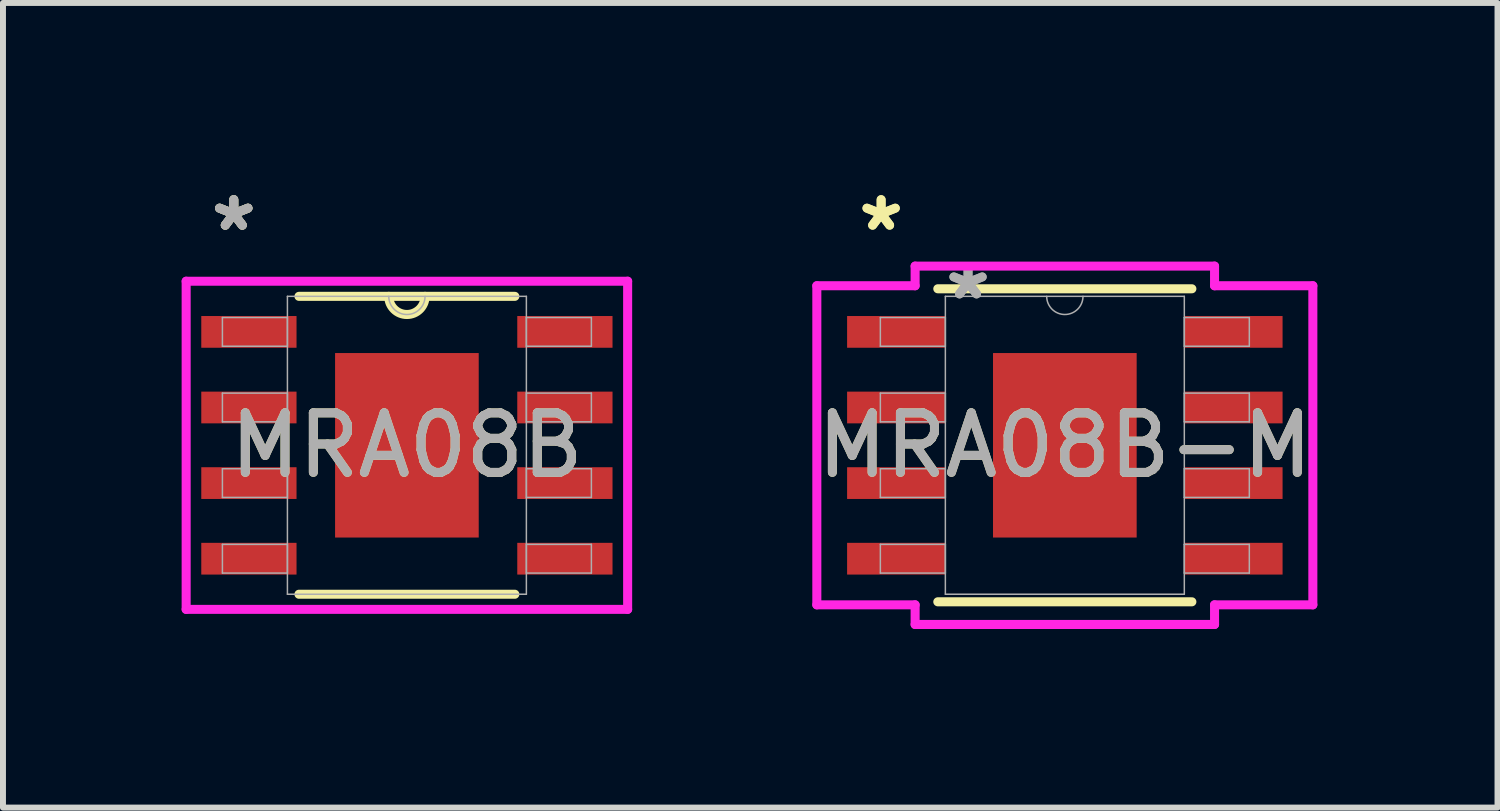
<source format=kicad_pcb>
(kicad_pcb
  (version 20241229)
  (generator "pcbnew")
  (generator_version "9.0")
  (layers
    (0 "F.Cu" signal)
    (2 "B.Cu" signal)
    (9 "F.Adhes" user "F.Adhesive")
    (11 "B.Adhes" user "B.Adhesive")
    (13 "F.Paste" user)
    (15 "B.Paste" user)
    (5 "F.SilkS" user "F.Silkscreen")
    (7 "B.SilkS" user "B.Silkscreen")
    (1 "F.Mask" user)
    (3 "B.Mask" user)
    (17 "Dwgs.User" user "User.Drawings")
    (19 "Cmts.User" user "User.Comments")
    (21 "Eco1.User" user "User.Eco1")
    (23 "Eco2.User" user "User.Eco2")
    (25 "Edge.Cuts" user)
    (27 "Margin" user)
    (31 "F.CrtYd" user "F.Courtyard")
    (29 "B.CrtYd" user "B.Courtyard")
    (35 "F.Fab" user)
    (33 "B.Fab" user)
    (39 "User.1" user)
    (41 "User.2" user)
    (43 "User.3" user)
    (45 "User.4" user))
  (footprint "MRA08B-M"
    (layer "F.Cu")
    (at 14.837 4.43)
    (property "Reference" "MRA08B-M" (at 0 0 0) (unlocked yes) (layer "F.SilkS") (effects (font (size 1 1) (thickness 0.15))))
    (attr smd)
    (fp_line (start -2.134 2.629) (end 2.134 2.629) (stroke (width 0.152) (type solid)) (layer "F.SilkS"))
    (fp_line (start 2.134 -2.629) (end -2.134 -2.629) (stroke (width 0.152) (type solid)) (layer "F.SilkS"))
    (fp_poly (pts (xy -1.107 -1.449) (xy -1.107 -0.1) (xy 1.107 -0.1) (xy 1.107 -1.449)) (stroke (width 0) (type solid)) (fill yes) (layer "F.Paste"))
    (fp_poly (pts (xy -1.107 0.1) (xy -1.107 1.449) (xy 1.107 1.449) (xy 1.107 0.1)) (stroke (width 0) (type solid)) (fill yes) (layer "F.Paste"))
    (fp_line (start -4.166 -2.68) (end -2.515 -2.68) (stroke (width 0.152) (type solid)) (layer "F.CrtYd"))
    (fp_line (start -4.166 2.68) (end -4.166 -2.68) (stroke (width 0.152) (type solid)) (layer "F.CrtYd"))
    (fp_line (start -4.166 2.68) (end -2.515 2.68) (stroke (width 0.152) (type solid)) (layer "F.CrtYd"))
    (fp_line (start -2.515 -3.01) (end 2.515 -3.01) (stroke (width 0.152) (type solid)) (layer "F.CrtYd"))
    (fp_line (start -2.515 -2.68) (end -2.515 -3.01) (stroke (width 0.152) (type solid)) (layer "F.CrtYd"))
    (fp_line (start -2.515 3.01) (end -2.515 2.68) (stroke (width 0.152) (type solid)) (layer "F.CrtYd"))
    (fp_line (start 2.515 -3.01) (end 2.515 -2.68) (stroke (width 0.152) (type solid)) (layer "F.CrtYd"))
    (fp_line (start 2.515 2.68) (end 2.515 3.01) (stroke (width 0.152) (type solid)) (layer "F.CrtYd"))
    (fp_line (start 2.515 3.01) (end -2.515 3.01) (stroke (width 0.152) (type solid)) (layer "F.CrtYd"))
    (fp_line (start 4.166 -2.68) (end 2.515 -2.68) (stroke (width 0.152) (type solid)) (layer "F.CrtYd"))
    (fp_line (start 4.166 -2.68) (end 4.166 2.68) (stroke (width 0.152) (type solid)) (layer "F.CrtYd"))
    (fp_line (start 4.166 2.68) (end 2.515 2.68) (stroke (width 0.152) (type solid)) (layer "F.CrtYd"))
    (fp_line (start -3.099 -2.146) (end -3.099 -1.664) (stroke (width 0.025) (type solid)) (layer "F.Fab"))
    (fp_line (start -3.099 -1.664) (end -2.007 -1.664) (stroke (width 0.025) (type solid)) (layer "F.Fab"))
    (fp_line (start -3.099 -0.876) (end -3.099 -0.394) (stroke (width 0.025) (type solid)) (layer "F.Fab"))
    (fp_line (start -3.099 -0.394) (end -2.007 -0.394) (stroke (width 0.025) (type solid)) (layer "F.Fab"))
    (fp_line (start -3.099 0.394) (end -3.099 0.876) (stroke (width 0.025) (type solid)) (layer "F.Fab"))
    (fp_line (start -3.099 0.876) (end -2.007 0.876) (stroke (width 0.025) (type solid)) (layer "F.Fab"))
    (fp_line (start -3.099 1.664) (end -3.099 2.146) (stroke (width 0.025) (type solid)) (layer "F.Fab"))
    (fp_line (start -3.099 2.146) (end -2.007 2.146) (stroke (width 0.025) (type solid)) (layer "F.Fab"))
    (fp_line (start -2.007 -2.502) (end -2.007 2.502) (stroke (width 0.025) (type solid)) (layer "F.Fab"))
    (fp_line (start -2.007 -2.146) (end -3.099 -2.146) (stroke (width 0.025) (type solid)) (layer "F.Fab"))
    (fp_line (start -2.007 -1.664) (end -2.007 -2.146) (stroke (width 0.025) (type solid)) (layer "F.Fab"))
    (fp_line (start -2.007 -0.876) (end -3.099 -0.876) (stroke (width 0.025) (type solid)) (layer "F.Fab"))
    (fp_line (start -2.007 -0.394) (end -2.007 -0.876) (stroke (width 0.025) (type solid)) (layer "F.Fab"))
    (fp_line (start -2.007 0.394) (end -3.099 0.394) (stroke (width 0.025) (type solid)) (layer "F.Fab"))
    (fp_line (start -2.007 0.876) (end -2.007 0.394) (stroke (width 0.025) (type solid)) (layer "F.Fab"))
    (fp_line (start -2.007 1.664) (end -3.099 1.664) (stroke (width 0.025) (type solid)) (layer "F.Fab"))
    (fp_line (start -2.007 2.146) (end -2.007 1.664) (stroke (width 0.025) (type solid)) (layer "F.Fab"))
    (fp_line (start -2.007 2.502) (end 2.007 2.502) (stroke (width 0.025) (type solid)) (layer "F.Fab"))
    (fp_line (start 2.007 -2.502) (end -2.007 -2.502) (stroke (width 0.025) (type solid)) (layer "F.Fab"))
    (fp_line (start 2.007 -2.146) (end 2.007 -1.664) (stroke (width 0.025) (type solid)) (layer "F.Fab"))
    (fp_line (start 2.007 -1.664) (end 3.099 -1.664) (stroke (width 0.025) (type solid)) (layer "F.Fab"))
    (fp_line (start 2.007 -0.876) (end 2.007 -0.394) (stroke (width 0.025) (type solid)) (layer "F.Fab"))
    (fp_line (start 2.007 -0.394) (end 3.099 -0.394) (stroke (width 0.025) (type solid)) (layer "F.Fab"))
    (fp_line (start 2.007 0.394) (end 2.007 0.876) (stroke (width 0.025) (type solid)) (layer "F.Fab"))
    (fp_line (start 2.007 0.876) (end 3.099 0.876) (stroke (width 0.025) (type solid)) (layer "F.Fab"))
    (fp_line (start 2.007 1.664) (end 2.007 2.146) (stroke (width 0.025) (type solid)) (layer "F.Fab"))
    (fp_line (start 2.007 2.146) (end 3.099 2.146) (stroke (width 0.025) (type solid)) (layer "F.Fab"))
    (fp_line (start 2.007 2.502) (end 2.007 -2.502) (stroke (width 0.025) (type solid)) (layer "F.Fab"))
    (fp_line (start 3.099 -2.146) (end 2.007 -2.146) (stroke (width 0.025) (type solid)) (layer "F.Fab"))
    (fp_line (start 3.099 -1.664) (end 3.099 -2.146) (stroke (width 0.025) (type solid)) (layer "F.Fab"))
    (fp_line (start 3.099 -0.876) (end 2.007 -0.876) (stroke (width 0.025) (type solid)) (layer "F.Fab"))
    (fp_line (start 3.099 -0.394) (end 3.099 -0.876) (stroke (width 0.025) (type solid)) (layer "F.Fab"))
    (fp_line (start 3.099 0.394) (end 2.007 0.394) (stroke (width 0.025) (type solid)) (layer "F.Fab"))
    (fp_line (start 3.099 0.876) (end 3.099 0.394) (stroke (width 0.025) (type solid)) (layer "F.Fab"))
    (fp_line (start 3.099 1.664) (end 2.007 1.664) (stroke (width 0.025) (type solid)) (layer "F.Fab"))
    (fp_line (start 3.099 2.146) (end 3.099 1.664) (stroke (width 0.025) (type solid)) (layer "F.Fab"))
    (fp_arc (start 0.3048 -2.5019) (mid 0 -2.1971) (end -0.3048 -2.5019) (stroke (width 0.0254) (type solid)) (layer "F.Fab"))
    (fp_text user "*" (at -3.086 -3.581 0) (unlocked yes) (layer "F.SilkS") (effects (font (size 1 1) (thickness 0.15))))
    (fp_text user "*" (at -3.086 -3.581 0) (layer "F.SilkS") (effects (font (size 1 1) (thickness 0.15))))
    (fp_text user "${REFERENCE}" (at 0 0 0) (unlocked yes) (layer "F.Fab") (effects (font (size 1 1) (thickness 0.15))))
    (fp_text user "*" (at -1.626 -2.426 0) (unlocked yes) (layer "F.Fab") (effects (font (size 1 1) (thickness 0.15))))
    (fp_text user "*" (at -1.626 -2.426 0) (layer "F.Fab") (effects (font (size 1 1) (thickness 0.15))))
    (pad "1" smd rect (at -2.832 -1.905) (size 1.651 0.533) (layers "F.Cu" "F.Mask" "F.Paste"))
    (pad "2" smd rect (at -2.832 -0.635) (size 1.651 0.533) (layers "F.Cu" "F.Mask" "F.Paste"))
    (pad "3" smd rect (at -2.832 0.635) (size 1.651 0.533) (layers "F.Cu" "F.Mask" "F.Paste"))
    (pad "4" smd rect (at -2.832 1.905) (size 1.651 0.533) (layers "F.Cu" "F.Mask" "F.Paste"))
    (pad "5" smd rect (at 2.832 1.905) (size 1.651 0.533) (layers "F.Cu" "F.Mask" "F.Paste"))
    (pad "6" smd rect (at 2.832 0.635) (size 1.651 0.533) (layers "F.Cu" "F.Mask" "F.Paste"))
    (pad "7" smd rect (at 2.832 -0.635) (size 1.651 0.533) (layers "F.Cu" "F.Mask" "F.Paste"))
    (pad "8" smd rect (at 2.832 -1.905) (size 1.651 0.533) (layers "F.Cu" "F.Mask" "F.Paste"))
    (pad "EPAD" smd rect (at 0 0) (size 2.413 3.099) (layers "F.Cu" "F.Mask")))
  (footprint "MRA08B"
    (layer "F.Cu")
    (at 3.785 4.43)
    (property "Reference" "MRA08B" (at 0 0 0) (unlocked yes) (layer "F.SilkS") (effects (font (size 1 1) (thickness 0.15))))
    (attr smd)
    (fp_line (start -1.813 2.502) (end 1.813 2.502) (stroke (width 0.152) (type solid)) (layer "F.SilkS"))
    (fp_line (start 1.813 -2.502) (end -1.813 -2.502) (stroke (width 0.152) (type solid)) (layer "F.SilkS"))
    (fp_arc (start 0.3048 -2.5019) (mid 0 -2.1971) (end -0.3048 -2.5019) (stroke (width 0.1524) (type solid)) (layer "F.SilkS"))
    (fp_poly (pts (xy -1.107 -1.449) (xy -1.107 -0.1) (xy 1.107 -0.1) (xy 1.107 -1.449)) (stroke (width 0) (type solid)) (fill yes) (layer "F.Paste"))
    (fp_poly (pts (xy -1.107 0.1) (xy -1.107 1.449) (xy 1.107 1.449) (xy 1.107 0.1)) (stroke (width 0) (type solid)) (fill yes) (layer "F.Paste"))
    (fp_line (start -3.708 -2.756) (end 3.708 -2.756) (stroke (width 0.152) (type solid)) (layer "F.CrtYd"))
    (fp_line (start -3.708 2.756) (end -3.708 -2.756) (stroke (width 0.152) (type solid)) (layer "F.CrtYd"))
    (fp_line (start 3.708 -2.756) (end 3.708 2.756) (stroke (width 0.152) (type solid)) (layer "F.CrtYd"))
    (fp_line (start 3.708 2.756) (end -3.708 2.756) (stroke (width 0.152) (type solid)) (layer "F.CrtYd"))
    (fp_line (start -3.099 -2.146) (end -3.099 -1.664) (stroke (width 0.025) (type solid)) (layer "F.Fab"))
    (fp_line (start -3.099 -1.664) (end -2.007 -1.664) (stroke (width 0.025) (type solid)) (layer "F.Fab"))
    (fp_line (start -3.099 -0.876) (end -3.099 -0.394) (stroke (width 0.025) (type solid)) (layer "F.Fab"))
    (fp_line (start -3.099 -0.394) (end -2.007 -0.394) (stroke (width 0.025) (type solid)) (layer "F.Fab"))
    (fp_line (start -3.099 0.394) (end -3.099 0.876) (stroke (width 0.025) (type solid)) (layer "F.Fab"))
    (fp_line (start -3.099 0.876) (end -2.007 0.876) (stroke (width 0.025) (type solid)) (layer "F.Fab"))
    (fp_line (start -3.099 1.664) (end -3.099 2.146) (stroke (width 0.025) (type solid)) (layer "F.Fab"))
    (fp_line (start -3.099 2.146) (end -2.007 2.146) (stroke (width 0.025) (type solid)) (layer "F.Fab"))
    (fp_line (start -2.007 -2.502) (end -2.007 2.502) (stroke (width 0.025) (type solid)) (layer "F.Fab"))
    (fp_line (start -2.007 -2.146) (end -3.099 -2.146) (stroke (width 0.025) (type solid)) (layer "F.Fab"))
    (fp_line (start -2.007 -1.664) (end -2.007 -2.146) (stroke (width 0.025) (type solid)) (layer "F.Fab"))
    (fp_line (start -2.007 -0.876) (end -3.099 -0.876) (stroke (width 0.025) (type solid)) (layer "F.Fab"))
    (fp_line (start -2.007 -0.394) (end -2.007 -0.876) (stroke (width 0.025) (type solid)) (layer "F.Fab"))
    (fp_line (start -2.007 0.394) (end -3.099 0.394) (stroke (width 0.025) (type solid)) (layer "F.Fab"))
    (fp_line (start -2.007 0.876) (end -2.007 0.394) (stroke (width 0.025) (type solid)) (layer "F.Fab"))
    (fp_line (start -2.007 1.664) (end -3.099 1.664) (stroke (width 0.025) (type solid)) (layer "F.Fab"))
    (fp_line (start -2.007 2.146) (end -2.007 1.664) (stroke (width 0.025) (type solid)) (layer "F.Fab"))
    (fp_line (start -2.007 2.502) (end 2.007 2.502) (stroke (width 0.025) (type solid)) (layer "F.Fab"))
    (fp_line (start 2.007 -2.502) (end -2.007 -2.502) (stroke (width 0.025) (type solid)) (layer "F.Fab"))
    (fp_line (start 2.007 -2.146) (end 2.007 -1.664) (stroke (width 0.025) (type solid)) (layer "F.Fab"))
    (fp_line (start 2.007 -1.664) (end 3.099 -1.664) (stroke (width 0.025) (type solid)) (layer "F.Fab"))
    (fp_line (start 2.007 -0.876) (end 2.007 -0.394) (stroke (width 0.025) (type solid)) (layer "F.Fab"))
    (fp_line (start 2.007 -0.394) (end 3.099 -0.394) (stroke (width 0.025) (type solid)) (layer "F.Fab"))
    (fp_line (start 2.007 0.394) (end 2.007 0.876) (stroke (width 0.025) (type solid)) (layer "F.Fab"))
    (fp_line (start 2.007 0.876) (end 3.099 0.876) (stroke (width 0.025) (type solid)) (layer "F.Fab"))
    (fp_line (start 2.007 1.664) (end 2.007 2.146) (stroke (width 0.025) (type solid)) (layer "F.Fab"))
    (fp_line (start 2.007 2.146) (end 3.099 2.146) (stroke (width 0.025) (type solid)) (layer "F.Fab"))
    (fp_line (start 2.007 2.502) (end 2.007 -2.502) (stroke (width 0.025) (type solid)) (layer "F.Fab"))
    (fp_line (start 3.099 -2.146) (end 2.007 -2.146) (stroke (width 0.025) (type solid)) (layer "F.Fab"))
    (fp_line (start 3.099 -1.664) (end 3.099 -2.146) (stroke (width 0.025) (type solid)) (layer "F.Fab"))
    (fp_line (start 3.099 -0.876) (end 2.007 -0.876) (stroke (width 0.025) (type solid)) (layer "F.Fab"))
    (fp_line (start 3.099 -0.394) (end 3.099 -0.876) (stroke (width 0.025) (type solid)) (layer "F.Fab"))
    (fp_line (start 3.099 0.394) (end 2.007 0.394) (stroke (width 0.025) (type solid)) (layer "F.Fab"))
    (fp_line (start 3.099 0.876) (end 3.099 0.394) (stroke (width 0.025) (type solid)) (layer "F.Fab"))
    (fp_line (start 3.099 1.664) (end 2.007 1.664) (stroke (width 0.025) (type solid)) (layer "F.Fab"))
    (fp_line (start 3.099 2.146) (end 3.099 1.664) (stroke (width 0.025) (type solid)) (layer "F.Fab"))
    (fp_arc (start 0.3048 -2.5019) (mid 0 -2.1971) (end -0.3048 -2.5019) (stroke (width 0.0254) (type solid)) (layer "F.Fab"))
    (fp_text user "*" (at -2.908 -3.581 0) (unlocked yes) (layer "F.SilkS") (effects (font (size 1 1) (thickness 0.15))))
    (fp_text user "*" (at -2.908 -3.581 0) (layer "F.SilkS") (effects (font (size 1 1) (thickness 0.15))))
    (fp_text user "*" (at -2.908 -3.581 0) (layer "F.Fab") (effects (font (size 1 1) (thickness 0.15))))
    (fp_text user "${REFERENCE}" (at 0 0 0) (unlocked yes) (layer "F.Fab") (effects (font (size 1 1) (thickness 0.15))))
    (fp_text user "*" (at -2.908 -3.581 0) (unlocked yes) (layer "F.Fab") (effects (font (size 1 1) (thickness 0.15))))
    (pad "1" smd rect (at -2.654 -1.905) (size 1.6 0.533) (layers "F.Cu" "F.Mask" "F.Paste"))
    (pad "2" smd rect (at -2.654 -0.635) (size 1.6 0.533) (layers "F.Cu" "F.Mask" "F.Paste"))
    (pad "3" smd rect (at -2.654 0.635) (size 1.6 0.533) (layers "F.Cu" "F.Mask" "F.Paste"))
    (pad "4" smd rect (at -2.654 1.905) (size 1.6 0.533) (layers "F.Cu" "F.Mask" "F.Paste"))
    (pad "5" smd rect (at 2.654 1.905) (size 1.6 0.533) (layers "F.Cu" "F.Mask" "F.Paste"))
    (pad "6" smd rect (at 2.654 0.635) (size 1.6 0.533) (layers "F.Cu" "F.Mask" "F.Paste"))
    (pad "7" smd rect (at 2.654 -0.635) (size 1.6 0.533) (layers "F.Cu" "F.Mask" "F.Paste"))
    (pad "8" smd rect (at 2.654 -1.905) (size 1.6 0.533) (layers "F.Cu" "F.Mask" "F.Paste"))
    (pad "EPAD" smd rect (at 0 0) (size 2.413 3.099) (layers "F.Cu" "F.Mask")))
  (gr_rect
    (start -3 -3)
    (end 22.105 10.516)
    (stroke (width 0.1) (type default))
    (fill no)
    (layer "Edge.Cuts")))
</source>
